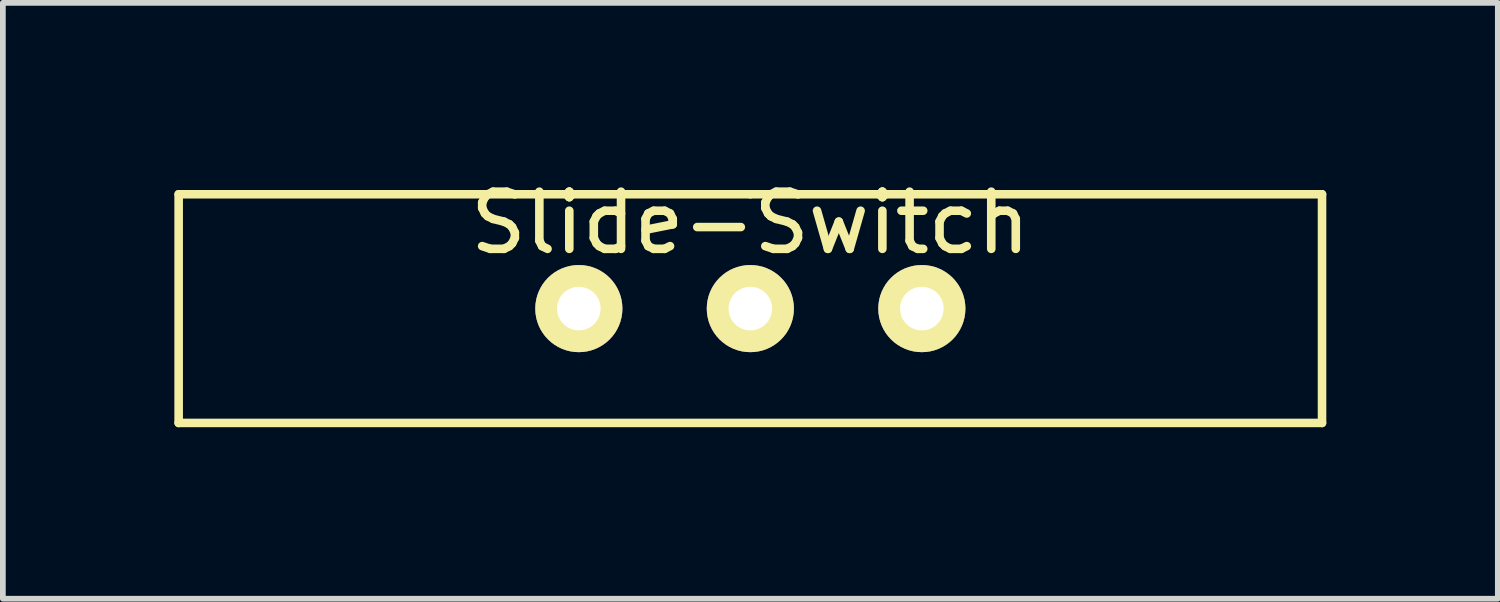
<source format=kicad_pcb>
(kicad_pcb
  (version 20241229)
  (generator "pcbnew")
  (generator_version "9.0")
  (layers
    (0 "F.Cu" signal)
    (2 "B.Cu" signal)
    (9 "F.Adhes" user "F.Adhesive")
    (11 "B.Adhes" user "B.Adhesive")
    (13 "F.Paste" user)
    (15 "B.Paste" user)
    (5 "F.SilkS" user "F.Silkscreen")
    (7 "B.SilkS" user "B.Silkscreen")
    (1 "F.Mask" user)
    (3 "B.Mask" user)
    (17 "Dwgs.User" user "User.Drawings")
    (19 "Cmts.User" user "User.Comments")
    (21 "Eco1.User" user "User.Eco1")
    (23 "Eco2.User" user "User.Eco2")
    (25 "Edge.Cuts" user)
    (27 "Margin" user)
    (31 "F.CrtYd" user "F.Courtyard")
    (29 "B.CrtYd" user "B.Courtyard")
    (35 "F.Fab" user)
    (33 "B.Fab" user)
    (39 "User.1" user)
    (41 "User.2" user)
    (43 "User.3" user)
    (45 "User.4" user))
  (footprint "Slide-Switch"
    (layer "F.Cu")
    (at 10.075 0.348)
    (property "Reference" "Slide-Switch" (at 0 0.5 0) (layer "F.SilkS") (effects (font (size 1 1) (thickness 0.15))))
    (attr through_hole)
    (fp_line (start -10 0) (end 0 0) (stroke (width 0.15) (type solid)) (layer "F.SilkS"))
    (fp_line (start -10 4) (end -10 0) (stroke (width 0.15) (type solid)) (layer "F.SilkS"))
    (fp_line (start 0 0) (end 10 0) (stroke (width 0.15) (type solid)) (layer "F.SilkS"))
    (fp_line (start 10 0) (end 10 4) (stroke (width 0.15) (type solid)) (layer "F.SilkS"))
    (fp_line (start 10 4) (end -10 4) (stroke (width 0.15) (type solid)) (layer "F.SilkS"))
    (pad "1" thru_hole circle (at -3 2) (size 1.524 1.524) (drill 0.762) (layers "*.Cu" "*.Mask" "F.SilkS"))
    (pad "2" thru_hole circle (at 0 2) (size 1.524 1.524) (drill 0.762) (layers "*.Cu" "*.Mask" "F.SilkS"))
    (pad "3" thru_hole circle (at 3 2) (size 1.524 1.524) (drill 0.762) (layers "*.Cu" "*.Mask" "F.SilkS")))
  (gr_rect
    (start -3 -3)
    (end 23.15 7.423)
    (stroke (width 0.1) (type default))
    (fill no)
    (layer "Edge.Cuts")))
</source>
